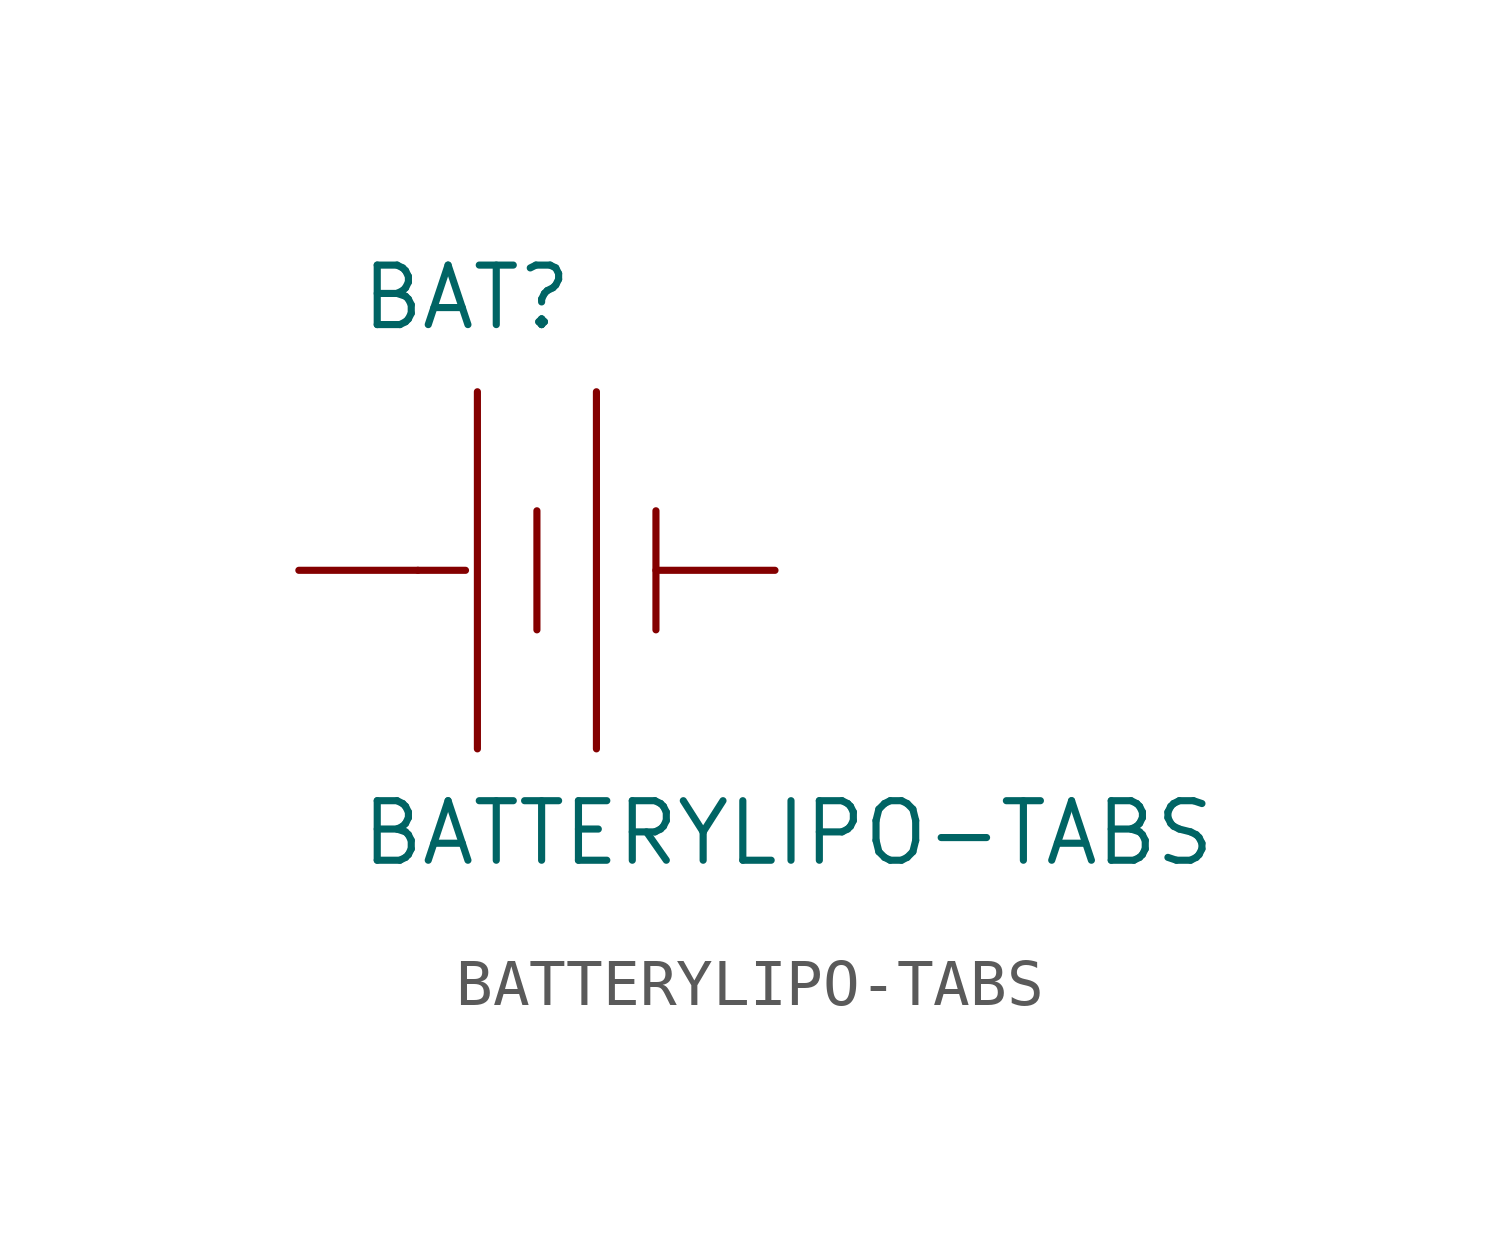
<source format=kicad_sym>
(kicad_symbol_lib
  (version 20211014)
  (generator kicad_symbol_editor)
  (symbol "BATTERYLIPO-TABS"
    (pin_numbers hide)
    (pin_names
      (offset 1.016) hide)
    (property "Reference" "BAT"
      (at -3.81 5.08 0)
      (effects (font (size 1.27 1.27)) (justify left bottom)))
    (property "Value" "BATTERYLIPO-TABS"
      (at -3.81 -6.35 0)
      (effects (font (size 1.27 1.27)) (justify left bottom)))
    (property "ki_locked" ""
      (at 0 0 0)
      (effects (font (size 1.27 1.27))))
    (symbol "BATTERYLIPO-TABS_1_0"
      (polyline (pts (xy -2.54 0) (xy -1.524 0)) (stroke (width 0) (type default) (color 0 0 0 0)) (fill (type none)))
      (polyline (pts (xy -1.27 3.81) (xy -1.27 -3.81)) (stroke (width 0) (type default) (color 0 0 0 0)) (fill (type none)))
      (polyline (pts (xy 0 1.27) (xy 0 -1.27)) (stroke (width 0) (type default) (color 0 0 0 0)) (fill (type none)))
      (polyline (pts (xy 1.27 3.81) (xy 1.27 -3.81)) (stroke (width 0) (type default) (color 0 0 0 0)) (fill (type none)))
      (polyline (pts (xy 2.54 1.27) (xy 2.54 -1.27)) (stroke (width 0) (type default) (color 0 0 0 0)) (fill (type none))))
    (symbol "BATTERYLIPO-TABS_1_1"
      (pin power_in line (at -5.08 0 0) (length 2.54) (name "+" (effects (font (size 1.016 1.016)))) (number "+" (effects (font (size 1.016 1.016)))))
      (pin power_in line (at 5.08 0 180) (length 2.54) (name "-" (effects (font (size 1.016 1.016)))) (number "-" (effects (font (size 1.016 1.016))))))))
</source>
